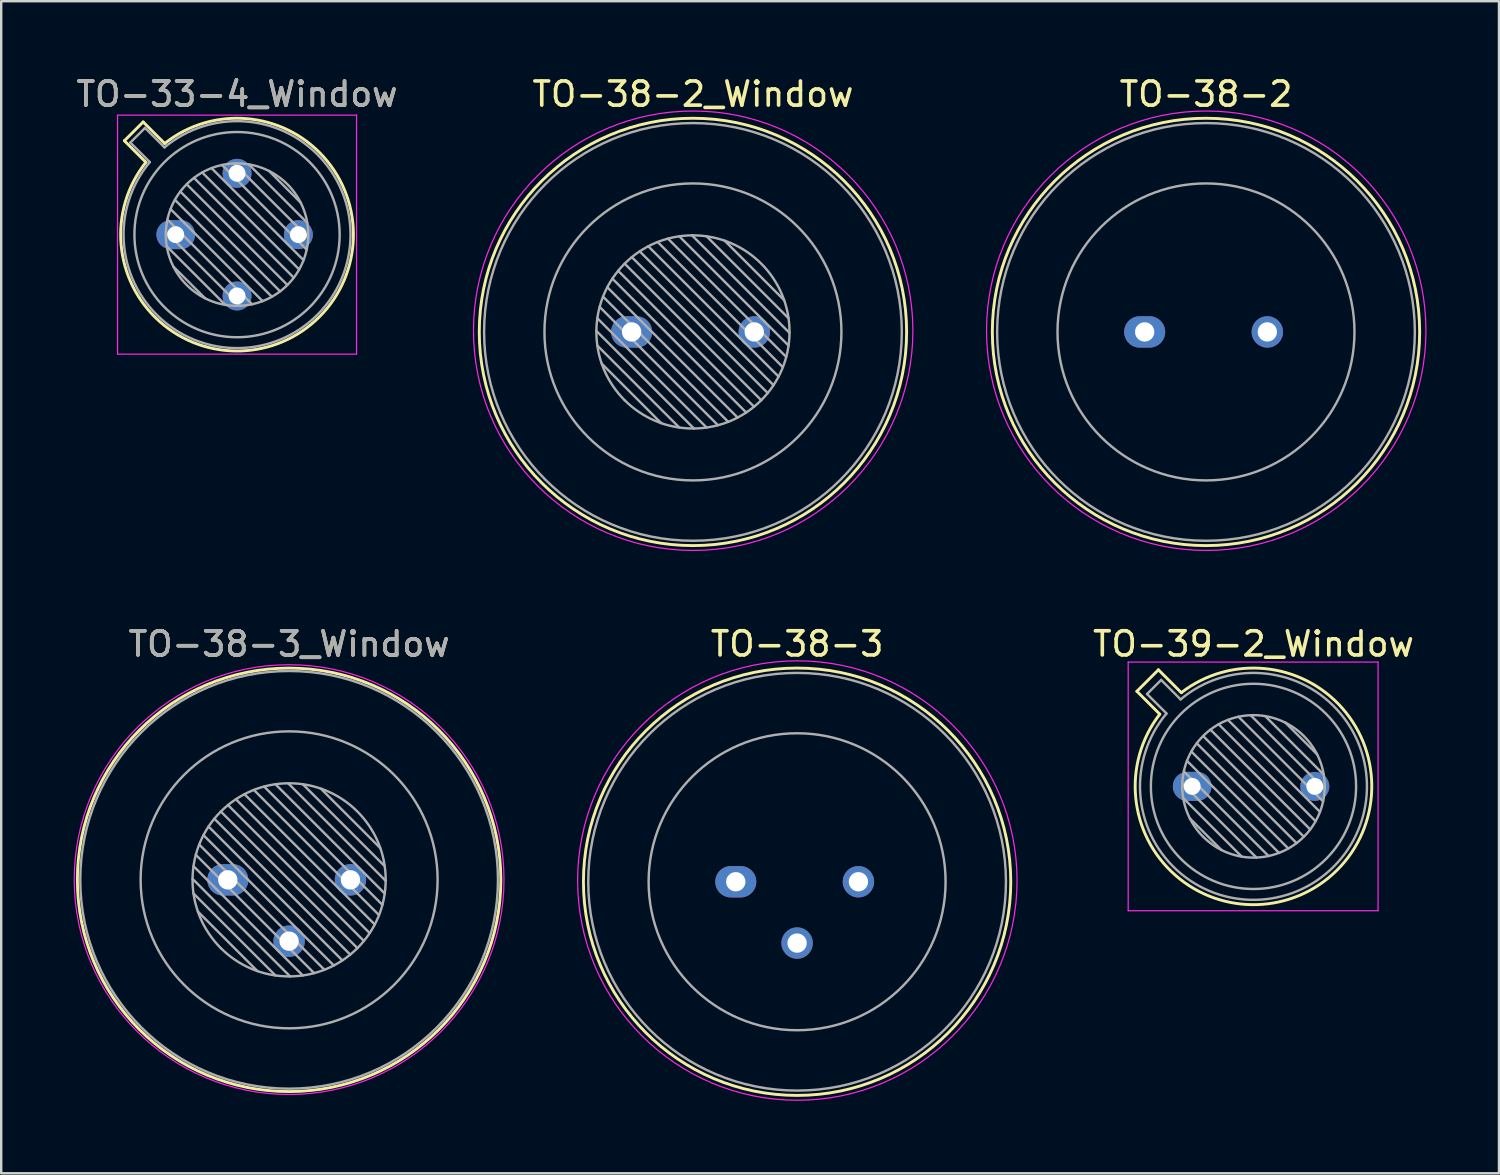
<source format=kicad_pcb>
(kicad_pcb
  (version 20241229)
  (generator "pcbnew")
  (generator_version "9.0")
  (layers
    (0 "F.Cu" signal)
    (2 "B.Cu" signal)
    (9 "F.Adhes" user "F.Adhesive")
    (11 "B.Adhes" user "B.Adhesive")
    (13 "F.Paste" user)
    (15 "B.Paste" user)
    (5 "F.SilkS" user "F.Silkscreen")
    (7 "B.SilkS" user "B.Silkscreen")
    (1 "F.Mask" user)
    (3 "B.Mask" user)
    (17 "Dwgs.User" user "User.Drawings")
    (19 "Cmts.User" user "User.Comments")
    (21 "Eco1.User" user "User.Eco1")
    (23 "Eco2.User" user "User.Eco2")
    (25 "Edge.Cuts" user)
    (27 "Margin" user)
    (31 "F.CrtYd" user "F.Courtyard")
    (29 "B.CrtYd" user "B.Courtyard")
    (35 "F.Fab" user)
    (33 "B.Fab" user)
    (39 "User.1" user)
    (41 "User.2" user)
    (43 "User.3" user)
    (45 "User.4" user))
  (footprint "TO-38-3"
    (layer "F.Cu")
    (at 27.425 33.471)
    (property "Reference" "TO-38-3" (at 2.54 -9.85 0) (layer "F.SilkS") (effects (font (size 1 1) (thickness 0.15))))
    (attr through_hole)
    (fp_circle (center 2.54 0) (end 11.39 0) (stroke (width 0.12) (type solid)) (fill no) (layer "F.SilkS"))
    (fp_circle (center 2.55 -0.05) (end 11.65 -0.05) (stroke (width 0.05) (type solid)) (fill no) (layer "F.CrtYd"))
    (fp_circle (center 2.54 0) (end 8.69 0) (stroke (width 0.1) (type solid)) (fill no) (layer "F.Fab"))
    (fp_circle (center 2.54 0) (end 11.19 0) (stroke (width 0.1) (type solid)) (fill no) (layer "F.Fab"))
    (pad "1" thru_hole oval (at 0 0) (size 1.7 1.3) (drill 0.8) (layers "*.Cu" "*.Mask"))
    (pad "2" thru_hole oval (at 2.54 2.54) (size 1.3 1.3) (drill 0.8) (layers "*.Cu" "*.Mask"))
    (pad "3" thru_hole oval (at 5.08 0) (size 1.3 1.3) (drill 0.8) (layers "*.Cu" "*.Mask")))
  (footprint "TO-33-4_Window"
    (layer "F.Cu")
    (at 4.228 6.668)
    (property "Reference" "TO-33-4_Window" (at 2.54 -5.82 0) (layer "F.SilkS") (effects (font (size 1 1) (thickness 0.15))))
    (attr through_hole)
    (fp_line (start -2.126 -3.888) (end -1.235 -2.997) (stroke (width 0.12) (type solid)) (layer "F.SilkS"))
    (fp_line (start -1.348 -4.666) (end -2.126 -3.888) (stroke (width 0.12) (type solid)) (layer "F.SilkS"))
    (fp_line (start -0.457 -3.775) (end -1.348 -4.666) (stroke (width 0.12) (type solid)) (layer "F.SilkS"))
    (fp_arc (start -0.457084 -3.774902) (mid 5.948125 3.408384) (end -1.234674 -2.997371) (stroke (width 0.12) (type solid)) (layer "F.SilkS"))
    (fp_line (start -2.41 -4.95) (end -2.41 4.95) (stroke (width 0.05) (type solid)) (layer "F.CrtYd"))
    (fp_line (start -2.41 4.95) (end 7.49 4.95) (stroke (width 0.05) (type solid)) (layer "F.CrtYd"))
    (fp_line (start 7.49 -4.95) (end -2.41 -4.95) (stroke (width 0.05) (type solid)) (layer "F.CrtYd"))
    (fp_line (start 7.49 4.95) (end 7.49 -4.95) (stroke (width 0.05) (type solid)) (layer "F.CrtYd"))
    (fp_line (start -1.88 -3.812) (end -1.074 -3.005) (stroke (width 0.1) (type solid)) (layer "F.Fab"))
    (fp_line (start -1.272 -4.42) (end -1.88 -3.812) (stroke (width 0.1) (type solid)) (layer "F.Fab"))
    (fp_line (start -0.465 -3.614) (end -1.272 -4.42) (stroke (width 0.1) (type solid)) (layer "F.Fab"))
    (fp_line (start -0.408 -0.12) (end 2.66 2.948) (stroke (width 0.1) (type solid)) (layer "F.Fab"))
    (fp_line (start -0.371 0.485) (end 2.055 2.911) (stroke (width 0.1) (type solid)) (layer "F.Fab"))
    (fp_line (start -0.344 -0.622) (end 3.162 2.884) (stroke (width 0.1) (type solid)) (layer "F.Fab"))
    (fp_line (start -0.215 -1.058) (end 3.598 2.755) (stroke (width 0.1) (type solid)) (layer "F.Fab"))
    (fp_line (start -0.097 1.324) (end 1.216 2.637) (stroke (width 0.1) (type solid)) (layer "F.Fab"))
    (fp_line (start -0.034 -1.443) (end 3.983 2.574) (stroke (width 0.1) (type solid)) (layer "F.Fab"))
    (fp_line (start 0.19 -1.784) (end 4.324 2.35) (stroke (width 0.1) (type solid)) (layer "F.Fab"))
    (fp_line (start 0.454 -2.086) (end 4.626 2.086) (stroke (width 0.1) (type solid)) (layer "F.Fab"))
    (fp_line (start 0.756 -2.35) (end 4.89 1.784) (stroke (width 0.1) (type solid)) (layer "F.Fab"))
    (fp_line (start 1.097 -2.574) (end 5.114 1.443) (stroke (width 0.1) (type solid)) (layer "F.Fab"))
    (fp_line (start 1.482 -2.755) (end 5.295 1.058) (stroke (width 0.1) (type solid)) (layer "F.Fab"))
    (fp_line (start 1.918 -2.884) (end 5.424 0.622) (stroke (width 0.1) (type solid)) (layer "F.Fab"))
    (fp_line (start 2.42 -2.948) (end 5.488 0.12) (stroke (width 0.1) (type solid)) (layer "F.Fab"))
    (fp_line (start 3.025 -2.911) (end 5.451 -0.485) (stroke (width 0.1) (type solid)) (layer "F.Fab"))
    (fp_line (start 3.864 -2.637) (end 5.177 -1.324) (stroke (width 0.1) (type solid)) (layer "F.Fab"))
    (fp_arc (start -0.465408 -3.61352) (mid 5.863443 3.323361) (end -1.073594 -3.005319) (stroke (width 0.1) (type solid)) (layer "F.Fab"))
    (fp_circle (center 2.54 0) (end 5.49 0) (stroke (width 0.1) (type solid)) (fill no) (layer "F.Fab"))
    (fp_circle (center 2.54 0) (end 6.79 0) (stroke (width 0.1) (type solid)) (fill no) (layer "F.Fab"))
    (fp_text user "${REFERENCE}" (at 2.54 -5.82 0) (layer "F.Fab") (effects (font (size 1 1) (thickness 0.15))))
    (pad "1" thru_hole oval (at 0 0) (size 1.6 1.2) (drill 0.7) (layers "*.Cu" "*.Mask"))
    (pad "2" thru_hole oval (at 2.54 2.54) (size 1.2 1.2) (drill 0.7) (layers "*.Cu" "*.Mask"))
    (pad "3" thru_hole oval (at 5.08 0) (size 1.2 1.2) (drill 0.7) (layers "*.Cu" "*.Mask"))
    (pad "4" thru_hole oval (at 2.54 -2.54) (size 1.2 1.2) (drill 0.7) (layers "*.Cu" "*.Mask")))
  (footprint "TO-38-3_Window"
    (layer "F.Cu")
    (at 6.385 33.392)
    (property "Reference" "TO-38-3_Window" (at 2.54 -9.77 0) (layer "F.SilkS") (effects (font (size 1 1) (thickness 0.15))))
    (attr through_hole)
    (fp_circle (center 2.54 0) (end 11.31 0) (stroke (width 0.12) (type solid)) (fill no) (layer "F.SilkS"))
    (fp_circle (center 2.54 -0.01) (end 11.44 -0.01) (stroke (width 0.05) (type solid)) (fill no) (layer "F.CrtYd"))
    (fp_line (start -1.46 -0.041) (end 2.581 4) (stroke (width 0.1) (type solid)) (layer "F.Fab"))
    (fp_line (start -1.42 -0.566) (end 3.106 3.96) (stroke (width 0.1) (type solid)) (layer "F.Fab"))
    (fp_line (start -1.42 0.566) (end 1.974 3.96) (stroke (width 0.1) (type solid)) (layer "F.Fab"))
    (fp_line (start -1.324 -1.036) (end 3.576 3.864) (stroke (width 0.1) (type solid)) (layer "F.Fab"))
    (fp_line (start -1.239 1.313) (end 1.227 3.779) (stroke (width 0.1) (type solid)) (layer "F.Fab"))
    (fp_line (start -1.184 -1.461) (end 4.001 3.724) (stroke (width 0.1) (type solid)) (layer "F.Fab"))
    (fp_line (start -1.007 -1.85) (end 4.39 3.547) (stroke (width 0.1) (type solid)) (layer "F.Fab"))
    (fp_line (start -0.797 -2.206) (end 4.746 3.337) (stroke (width 0.1) (type solid)) (layer "F.Fab"))
    (fp_line (start -0.558 -2.532) (end 5.072 3.098) (stroke (width 0.1) (type solid)) (layer "F.Fab"))
    (fp_line (start -0.289 -2.829) (end 5.369 2.829) (stroke (width 0.1) (type solid)) (layer "F.Fab"))
    (fp_line (start -0.289 2.829) (end -0.289 2.829) (stroke (width 0.1) (type solid)) (layer "F.Fab"))
    (fp_line (start 0.008 -3.098) (end 5.638 2.532) (stroke (width 0.1) (type solid)) (layer "F.Fab"))
    (fp_line (start 0.334 -3.337) (end 5.877 2.206) (stroke (width 0.1) (type solid)) (layer "F.Fab"))
    (fp_line (start 0.69 -3.547) (end 6.087 1.85) (stroke (width 0.1) (type solid)) (layer "F.Fab"))
    (fp_line (start 1.079 -3.724) (end 6.264 1.461) (stroke (width 0.1) (type solid)) (layer "F.Fab"))
    (fp_line (start 1.504 -3.864) (end 6.404 1.036) (stroke (width 0.1) (type solid)) (layer "F.Fab"))
    (fp_line (start 1.974 -3.96) (end 6.5 0.566) (stroke (width 0.1) (type solid)) (layer "F.Fab"))
    (fp_line (start 2.499 -4) (end 6.54 0.041) (stroke (width 0.1) (type solid)) (layer "F.Fab"))
    (fp_line (start 3.106 -3.96) (end 6.5 -0.566) (stroke (width 0.1) (type solid)) (layer "F.Fab"))
    (fp_line (start 3.853 -3.779) (end 6.319 -1.313) (stroke (width 0.1) (type solid)) (layer "F.Fab"))
    (fp_circle (center 2.54 0) (end 6.54 0) (stroke (width 0.1) (type solid)) (fill no) (layer "F.Fab"))
    (fp_circle (center 2.54 0) (end 8.69 0) (stroke (width 0.1) (type solid)) (fill no) (layer "F.Fab"))
    (fp_circle (center 2.54 0) (end 11.19 0) (stroke (width 0.1) (type solid)) (fill no) (layer "F.Fab"))
    (fp_text user "${REFERENCE}" (at 2.54 -9.77 0) (layer "F.Fab") (effects (font (size 1 1) (thickness 0.15))))
    (pad "1" thru_hole oval (at 0 0) (size 1.7 1.3) (drill 0.8) (layers "*.Cu" "*.Mask"))
    (pad "2" thru_hole oval (at 2.54 2.54) (size 1.3 1.3) (drill 0.8) (layers "*.Cu" "*.Mask"))
    (pad "3" thru_hole oval (at 5.08 0) (size 1.3 1.3) (drill 0.8) (layers "*.Cu" "*.Mask")))
  (footprint "TO-38-2"
    (layer "F.Cu")
    (at 44.361 10.698)
    (property "Reference" "TO-38-2" (at 2.54 -9.85 0) (layer "F.SilkS") (effects (font (size 1 1) (thickness 0.15))))
    (attr through_hole)
    (fp_circle (center 2.54 0) (end 11.39 0) (stroke (width 0.12) (type solid)) (fill no) (layer "F.SilkS"))
    (fp_circle (center 2.55 -0.05) (end 11.65 -0.05) (stroke (width 0.05) (type solid)) (fill no) (layer "F.CrtYd"))
    (fp_circle (center 2.54 0) (end 8.69 0) (stroke (width 0.1) (type solid)) (fill no) (layer "F.Fab"))
    (fp_circle (center 2.54 0) (end 11.19 0) (stroke (width 0.1) (type solid)) (fill no) (layer "F.Fab"))
    (pad "1" thru_hole oval (at 0 0) (size 1.7 1.3) (drill 0.8) (layers "*.Cu" "*.Mask"))
    (pad "2" thru_hole oval (at 5.08 0) (size 1.3 1.3) (drill 0.8) (layers "*.Cu" "*.Mask")))
  (footprint "TO-38-2_Window"
    (layer "F.Cu")
    (at 23.111 10.698)
    (property "Reference" "TO-38-2_Window" (at 2.54 -9.85 0) (layer "F.SilkS") (effects (font (size 1 1) (thickness 0.15))))
    (attr through_hole)
    (fp_circle (center 2.54 0) (end 11.39 0) (stroke (width 0.12) (type solid)) (fill no) (layer "F.SilkS"))
    (fp_circle (center 2.55 -0.05) (end 11.65 -0.05) (stroke (width 0.05) (type solid)) (fill no) (layer "F.CrtYd"))
    (fp_line (start -1.46 -0.041) (end 2.581 4) (stroke (width 0.1) (type solid)) (layer "F.Fab"))
    (fp_line (start -1.42 -0.566) (end 3.106 3.96) (stroke (width 0.1) (type solid)) (layer "F.Fab"))
    (fp_line (start -1.42 0.566) (end 1.974 3.96) (stroke (width 0.1) (type solid)) (layer "F.Fab"))
    (fp_line (start -1.324 -1.036) (end 3.576 3.864) (stroke (width 0.1) (type solid)) (layer "F.Fab"))
    (fp_line (start -1.239 1.313) (end 1.227 3.779) (stroke (width 0.1) (type solid)) (layer "F.Fab"))
    (fp_line (start -1.184 -1.461) (end 4.001 3.724) (stroke (width 0.1) (type solid)) (layer "F.Fab"))
    (fp_line (start -1.007 -1.85) (end 4.39 3.547) (stroke (width 0.1) (type solid)) (layer "F.Fab"))
    (fp_line (start -0.797 -2.206) (end 4.746 3.337) (stroke (width 0.1) (type solid)) (layer "F.Fab"))
    (fp_line (start -0.558 -2.532) (end 5.072 3.098) (stroke (width 0.1) (type solid)) (layer "F.Fab"))
    (fp_line (start -0.289 -2.829) (end 5.369 2.829) (stroke (width 0.1) (type solid)) (layer "F.Fab"))
    (fp_line (start -0.289 2.829) (end -0.289 2.829) (stroke (width 0.1) (type solid)) (layer "F.Fab"))
    (fp_line (start 0.008 -3.098) (end 5.638 2.532) (stroke (width 0.1) (type solid)) (layer "F.Fab"))
    (fp_line (start 0.334 -3.337) (end 5.877 2.206) (stroke (width 0.1) (type solid)) (layer "F.Fab"))
    (fp_line (start 0.69 -3.547) (end 6.087 1.85) (stroke (width 0.1) (type solid)) (layer "F.Fab"))
    (fp_line (start 1.079 -3.724) (end 6.264 1.461) (stroke (width 0.1) (type solid)) (layer "F.Fab"))
    (fp_line (start 1.504 -3.864) (end 6.404 1.036) (stroke (width 0.1) (type solid)) (layer "F.Fab"))
    (fp_line (start 1.974 -3.96) (end 6.5 0.566) (stroke (width 0.1) (type solid)) (layer "F.Fab"))
    (fp_line (start 2.499 -4) (end 6.54 0.041) (stroke (width 0.1) (type solid)) (layer "F.Fab"))
    (fp_line (start 3.106 -3.96) (end 6.5 -0.566) (stroke (width 0.1) (type solid)) (layer "F.Fab"))
    (fp_line (start 3.853 -3.779) (end 6.319 -1.313) (stroke (width 0.1) (type solid)) (layer "F.Fab"))
    (fp_circle (center 2.54 0) (end 6.54 0) (stroke (width 0.1) (type solid)) (fill no) (layer "F.Fab"))
    (fp_circle (center 2.54 0) (end 8.69 0) (stroke (width 0.1) (type solid)) (fill no) (layer "F.Fab"))
    (fp_circle (center 2.54 0) (end 11.19 0) (stroke (width 0.1) (type solid)) (fill no) (layer "F.Fab"))
    (pad "1" thru_hole oval (at 0 0) (size 1.7 1.3) (drill 0.8) (layers "*.Cu" "*.Mask"))
    (pad "2" thru_hole oval (at 5.08 0) (size 1.3 1.3) (drill 0.8) (layers "*.Cu" "*.Mask")))
  (footprint "TO-39-2_Window"
    (layer "F.Cu")
    (at 46.328 29.521)
    (property "Reference" "TO-39-2_Window" (at 2.54 -5.9 0) (layer "F.SilkS") (effects (font (size 1 1) (thickness 0.15))))
    (attr through_hole)
    (fp_line (start -2.289 -3.938) (end -1.342 -2.991) (stroke (width 0.12) (type solid)) (layer "F.SilkS"))
    (fp_line (start -1.398 -4.829) (end -2.289 -3.938) (stroke (width 0.12) (type solid)) (layer "F.SilkS"))
    (fp_line (start -0.451 -3.882) (end -1.398 -4.829) (stroke (width 0.12) (type solid)) (layer "F.SilkS"))
    (fp_arc (start -0.450589 -3.881543) (mid 6.005607 3.46404) (end -1.342895 -2.988833) (stroke (width 0.12) (type solid)) (layer "F.SilkS"))
    (fp_line (start -2.65 -5.15) (end -2.65 5.15) (stroke (width 0.05) (type solid)) (layer "F.CrtYd"))
    (fp_line (start -2.65 5.15) (end 7.7 5.15) (stroke (width 0.05) (type solid)) (layer "F.CrtYd"))
    (fp_line (start 7.7 -5.15) (end -2.65 -5.15) (stroke (width 0.05) (type solid)) (layer "F.CrtYd"))
    (fp_line (start 7.7 5.15) (end 7.7 -5.15) (stroke (width 0.05) (type solid)) (layer "F.CrtYd"))
    (fp_line (start -1.868 -3.825) (end -1.062 -3.019) (stroke (width 0.1) (type solid)) (layer "F.Fab"))
    (fp_line (start -1.285 -4.408) (end -1.868 -3.825) (stroke (width 0.1) (type solid)) (layer "F.Fab"))
    (fp_line (start -0.479 -3.602) (end -1.285 -4.408) (stroke (width 0.1) (type solid)) (layer "F.Fab"))
    (fp_line (start -0.408 -0.12) (end 2.66 2.948) (stroke (width 0.1) (type solid)) (layer "F.Fab"))
    (fp_line (start -0.371 0.485) (end 2.055 2.911) (stroke (width 0.1) (type solid)) (layer "F.Fab"))
    (fp_line (start -0.344 -0.622) (end 3.162 2.884) (stroke (width 0.1) (type solid)) (layer "F.Fab"))
    (fp_line (start -0.215 -1.058) (end 3.598 2.755) (stroke (width 0.1) (type solid)) (layer "F.Fab"))
    (fp_line (start -0.097 1.324) (end 1.216 2.637) (stroke (width 0.1) (type solid)) (layer "F.Fab"))
    (fp_line (start -0.034 -1.443) (end 3.983 2.574) (stroke (width 0.1) (type solid)) (layer "F.Fab"))
    (fp_line (start 0.19 -1.784) (end 4.324 2.35) (stroke (width 0.1) (type solid)) (layer "F.Fab"))
    (fp_line (start 0.454 -2.086) (end 4.626 2.086) (stroke (width 0.1) (type solid)) (layer "F.Fab"))
    (fp_line (start 0.756 -2.35) (end 4.89 1.784) (stroke (width 0.1) (type solid)) (layer "F.Fab"))
    (fp_line (start 1.097 -2.574) (end 5.114 1.443) (stroke (width 0.1) (type solid)) (layer "F.Fab"))
    (fp_line (start 1.482 -2.755) (end 5.295 1.058) (stroke (width 0.1) (type solid)) (layer "F.Fab"))
    (fp_line (start 1.918 -2.884) (end 5.424 0.622) (stroke (width 0.1) (type solid)) (layer "F.Fab"))
    (fp_line (start 2.42 -2.948) (end 5.488 0.12) (stroke (width 0.1) (type solid)) (layer "F.Fab"))
    (fp_line (start 3.025 -2.911) (end 5.451 -0.485) (stroke (width 0.1) (type solid)) (layer "F.Fab"))
    (fp_line (start 3.864 -2.637) (end 5.177 -1.324) (stroke (width 0.1) (type solid)) (layer "F.Fab"))
    (fp_arc (start -0.478935 -3.602226) (mid 5.864303 3.322501) (end -1.063862 -3.016982) (stroke (width 0.1) (type solid)) (layer "F.Fab"))
    (fp_circle (center 2.54 0) (end 5.49 0) (stroke (width 0.1) (type solid)) (fill no) (layer "F.Fab"))
    (fp_circle (center 2.54 0) (end 6.79 0) (stroke (width 0.1) (type solid)) (fill no) (layer "F.Fab"))
    (pad "1" thru_hole oval (at 0 0) (size 1.6 1.2) (drill 0.7) (layers "*.Cu" "*.Mask"))
    (pad "2" thru_hole oval (at 5.08 0) (size 1.2 1.2) (drill 0.7) (layers "*.Cu" "*.Mask")))
  (gr_rect
    (start -3 -3)
    (end 59.036 45.547)
    (stroke (width 0.1) (type default))
    (fill no)
    (layer "Edge.Cuts")))
</source>
